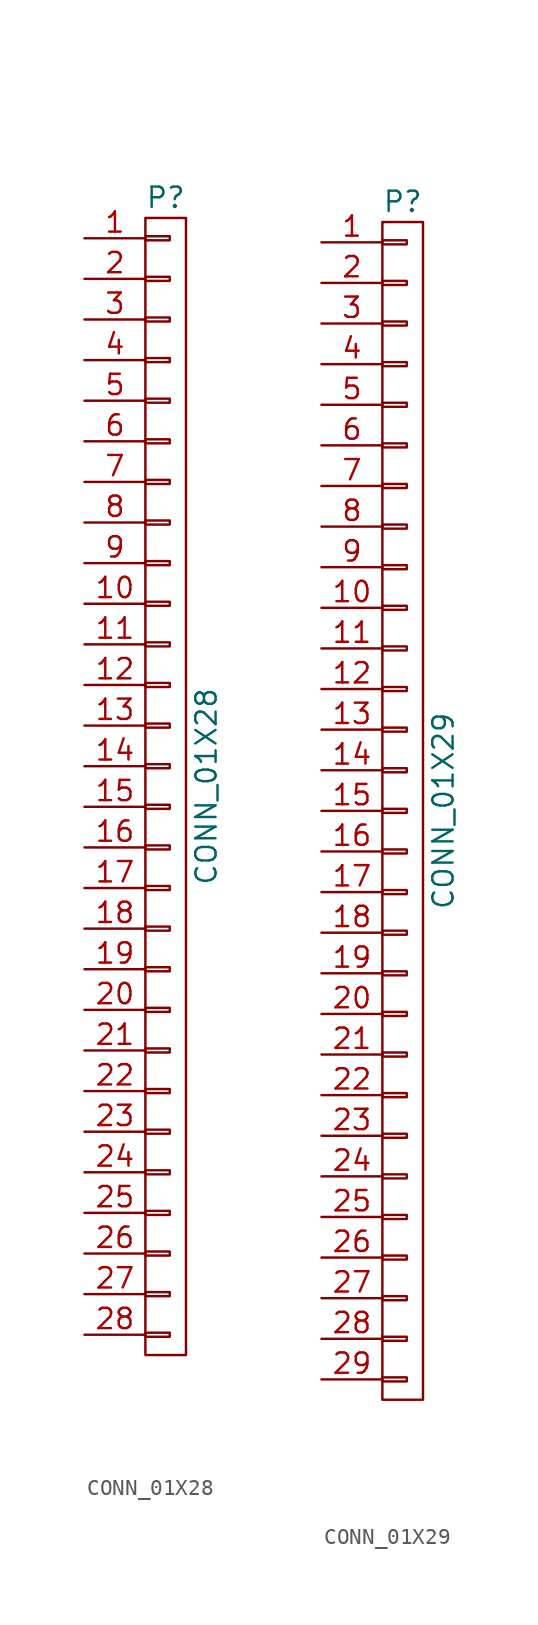
<source format=kicad_sym>
(kicad_symbol_lib
  (version 20231120)
  (generator "kicad_symbol_editor")
  (generator_version "8.0")
  (symbol "CONN_01X28"
    (pin_names
      (offset 1.016) hide)
    (property "Reference" "P"
      (at 0 36.83 0)
      (effects (font (size 1.27 1.27))))
    (property "Value" "CONN_01X28"
      (at 2.54 0 90)
      (effects (font (size 1.27 1.27))))
    (property "Footprint" ""
      (at 0 0 0)
      (effects (font (size 1.27 1.27))))
    (property "Datasheet" ""
      (at 0 0 0)
      (effects (font (size 1.27 1.27))))
    (symbol "CONN_01X28_0_1"
      (rectangle (start -1.27 -35.56) (end 1.27 35.56) (stroke (width 0) (type solid)) (fill (type none)))
      (rectangle (start -1.27 -34.163) (end 0.254 -34.417) (stroke (width 0) (type solid)) (fill (type none)))
      (rectangle (start -1.27 -31.623) (end 0.254 -31.877) (stroke (width 0) (type solid)) (fill (type none)))
      (rectangle (start -1.27 -29.083) (end 0.254 -29.337) (stroke (width 0) (type solid)) (fill (type none)))
      (rectangle (start -1.27 -26.543) (end 0.254 -26.797) (stroke (width 0) (type solid)) (fill (type none)))
      (rectangle (start -1.27 -24.003) (end 0.254 -24.257) (stroke (width 0) (type solid)) (fill (type none)))
      (rectangle (start -1.27 -21.463) (end 0.254 -21.717) (stroke (width 0) (type solid)) (fill (type none)))
      (rectangle (start -1.27 -18.923) (end 0.254 -19.177) (stroke (width 0) (type solid)) (fill (type none)))
      (rectangle (start -1.27 -16.383) (end 0.254 -16.637) (stroke (width 0) (type solid)) (fill (type none)))
      (rectangle (start -1.27 -13.843) (end 0.254 -14.097) (stroke (width 0) (type solid)) (fill (type none)))
      (rectangle (start -1.27 -11.303) (end 0.254 -11.557) (stroke (width 0) (type solid)) (fill (type none)))
      (rectangle (start -1.27 -8.763) (end 0.254 -9.017) (stroke (width 0) (type solid)) (fill (type none)))
      (rectangle (start -1.27 -6.223) (end 0.254 -6.477) (stroke (width 0) (type solid)) (fill (type none)))
      (rectangle (start -1.27 -3.683) (end 0.254 -3.937) (stroke (width 0) (type solid)) (fill (type none)))
      (rectangle (start -1.27 -1.143) (end 0.254 -1.397) (stroke (width 0) (type solid)) (fill (type none)))
      (rectangle (start -1.27 1.397) (end 0.254 1.143) (stroke (width 0) (type solid)) (fill (type none)))
      (rectangle (start -1.27 3.937) (end 0.254 3.683) (stroke (width 0) (type solid)) (fill (type none)))
      (rectangle (start -1.27 6.477) (end 0.254 6.223) (stroke (width 0) (type solid)) (fill (type none)))
      (rectangle (start -1.27 9.017) (end 0.254 8.763) (stroke (width 0) (type solid)) (fill (type none)))
      (rectangle (start -1.27 11.557) (end 0.254 11.303) (stroke (width 0) (type solid)) (fill (type none)))
      (rectangle (start -1.27 14.097) (end 0.254 13.843) (stroke (width 0) (type solid)) (fill (type none)))
      (rectangle (start -1.27 16.637) (end 0.254 16.383) (stroke (width 0) (type solid)) (fill (type none)))
      (rectangle (start -1.27 19.177) (end 0.254 18.923) (stroke (width 0) (type solid)) (fill (type none)))
      (rectangle (start -1.27 21.717) (end 0.254 21.463) (stroke (width 0) (type solid)) (fill (type none)))
      (rectangle (start -1.27 24.257) (end 0.254 24.003) (stroke (width 0) (type solid)) (fill (type none)))
      (rectangle (start -1.27 26.797) (end 0.254 26.543) (stroke (width 0) (type solid)) (fill (type none)))
      (rectangle (start -1.27 29.337) (end 0.254 29.083) (stroke (width 0) (type solid)) (fill (type none)))
      (rectangle (start -1.27 31.877) (end 0.254 31.623) (stroke (width 0) (type solid)) (fill (type none)))
      (rectangle (start -1.27 34.417) (end 0.254 34.163) (stroke (width 0) (type solid)) (fill (type none))))
    (symbol "CONN_01X28_1_1"
      (pin passive line (at -5.08 34.29 0) (length 3.81) (name "P1" (effects (font (size 1.27 1.27)))) (number "1" (effects (font (size 1.27 1.27)))))
      (pin passive line (at -5.08 11.43 0) (length 3.81) (name "P10" (effects (font (size 1.27 1.27)))) (number "10" (effects (font (size 1.27 1.27)))))
      (pin passive line (at -5.08 8.89 0) (length 3.81) (name "P11" (effects (font (size 1.27 1.27)))) (number "11" (effects (font (size 1.27 1.27)))))
      (pin passive line (at -5.08 6.35 0) (length 3.81) (name "P12" (effects (font (size 1.27 1.27)))) (number "12" (effects (font (size 1.27 1.27)))))
      (pin passive line (at -5.08 3.81 0) (length 3.81) (name "P13" (effects (font (size 1.27 1.27)))) (number "13" (effects (font (size 1.27 1.27)))))
      (pin passive line (at -5.08 1.27 0) (length 3.81) (name "P14" (effects (font (size 1.27 1.27)))) (number "14" (effects (font (size 1.27 1.27)))))
      (pin passive line (at -5.08 -1.27 0) (length 3.81) (name "P15" (effects (font (size 1.27 1.27)))) (number "15" (effects (font (size 1.27 1.27)))))
      (pin passive line (at -5.08 -3.81 0) (length 3.81) (name "P16" (effects (font (size 1.27 1.27)))) (number "16" (effects (font (size 1.27 1.27)))))
      (pin passive line (at -5.08 -6.35 0) (length 3.81) (name "P17" (effects (font (size 1.27 1.27)))) (number "17" (effects (font (size 1.27 1.27)))))
      (pin passive line (at -5.08 -8.89 0) (length 3.81) (name "P18" (effects (font (size 1.27 1.27)))) (number "18" (effects (font (size 1.27 1.27)))))
      (pin passive line (at -5.08 -11.43 0) (length 3.81) (name "P19" (effects (font (size 1.27 1.27)))) (number "19" (effects (font (size 1.27 1.27)))))
      (pin passive line (at -5.08 31.75 0) (length 3.81) (name "P2" (effects (font (size 1.27 1.27)))) (number "2" (effects (font (size 1.27 1.27)))))
      (pin passive line (at -5.08 -13.97 0) (length 3.81) (name "P20" (effects (font (size 1.27 1.27)))) (number "20" (effects (font (size 1.27 1.27)))))
      (pin passive line (at -5.08 -16.51 0) (length 3.81) (name "P21" (effects (font (size 1.27 1.27)))) (number "21" (effects (font (size 1.27 1.27)))))
      (pin passive line (at -5.08 -19.05 0) (length 3.81) (name "P22" (effects (font (size 1.27 1.27)))) (number "22" (effects (font (size 1.27 1.27)))))
      (pin passive line (at -5.08 -21.59 0) (length 3.81) (name "P23" (effects (font (size 1.27 1.27)))) (number "23" (effects (font (size 1.27 1.27)))))
      (pin passive line (at -5.08 -24.13 0) (length 3.81) (name "P24" (effects (font (size 1.27 1.27)))) (number "24" (effects (font (size 1.27 1.27)))))
      (pin passive line (at -5.08 -26.67 0) (length 3.81) (name "P25" (effects (font (size 1.27 1.27)))) (number "25" (effects (font (size 1.27 1.27)))))
      (pin passive line (at -5.08 -29.21 0) (length 3.81) (name "P26" (effects (font (size 1.27 1.27)))) (number "26" (effects (font (size 1.27 1.27)))))
      (pin passive line (at -5.08 -31.75 0) (length 3.81) (name "P27" (effects (font (size 1.27 1.27)))) (number "27" (effects (font (size 1.27 1.27)))))
      (pin passive line (at -5.08 -34.29 0) (length 3.81) (name "P28" (effects (font (size 1.27 1.27)))) (number "28" (effects (font (size 1.27 1.27)))))
      (pin passive line (at -5.08 29.21 0) (length 3.81) (name "P3" (effects (font (size 1.27 1.27)))) (number "3" (effects (font (size 1.27 1.27)))))
      (pin passive line (at -5.08 26.67 0) (length 3.81) (name "P4" (effects (font (size 1.27 1.27)))) (number "4" (effects (font (size 1.27 1.27)))))
      (pin passive line (at -5.08 24.13 0) (length 3.81) (name "P5" (effects (font (size 1.27 1.27)))) (number "5" (effects (font (size 1.27 1.27)))))
      (pin passive line (at -5.08 21.59 0) (length 3.81) (name "P6" (effects (font (size 1.27 1.27)))) (number "6" (effects (font (size 1.27 1.27)))))
      (pin passive line (at -5.08 19.05 0) (length 3.81) (name "P7" (effects (font (size 1.27 1.27)))) (number "7" (effects (font (size 1.27 1.27)))))
      (pin passive line (at -5.08 16.51 0) (length 3.81) (name "P8" (effects (font (size 1.27 1.27)))) (number "8" (effects (font (size 1.27 1.27)))))
      (pin passive line (at -5.08 13.97 0) (length 3.81) (name "P9" (effects (font (size 1.27 1.27)))) (number "9" (effects (font (size 1.27 1.27)))))))
  (symbol "CONN_01X29"
    (pin_names
      (offset 1.016) hide)
    (property "Reference" "P"
      (at 0 38.1 0)
      (effects (font (size 1.27 1.27))))
    (property "Value" "CONN_01X29"
      (at 2.54 0 90)
      (effects (font (size 1.27 1.27))))
    (property "Footprint" ""
      (at 0 0 0)
      (effects (font (size 1.27 1.27))))
    (property "Datasheet" ""
      (at 0 0 0)
      (effects (font (size 1.27 1.27))))
    (symbol "CONN_01X29_0_1"
      (rectangle (start -1.27 -36.83) (end 1.27 36.83) (stroke (width 0) (type solid)) (fill (type none)))
      (rectangle (start -1.27 -35.433) (end 0.254 -35.687) (stroke (width 0) (type solid)) (fill (type none)))
      (rectangle (start -1.27 -32.893) (end 0.254 -33.147) (stroke (width 0) (type solid)) (fill (type none)))
      (rectangle (start -1.27 -30.353) (end 0.254 -30.607) (stroke (width 0) (type solid)) (fill (type none)))
      (rectangle (start -1.27 -27.813) (end 0.254 -28.067) (stroke (width 0) (type solid)) (fill (type none)))
      (rectangle (start -1.27 -25.273) (end 0.254 -25.527) (stroke (width 0) (type solid)) (fill (type none)))
      (rectangle (start -1.27 -22.733) (end 0.254 -22.987) (stroke (width 0) (type solid)) (fill (type none)))
      (rectangle (start -1.27 -20.193) (end 0.254 -20.447) (stroke (width 0) (type solid)) (fill (type none)))
      (rectangle (start -1.27 -17.653) (end 0.254 -17.907) (stroke (width 0) (type solid)) (fill (type none)))
      (rectangle (start -1.27 -15.113) (end 0.254 -15.367) (stroke (width 0) (type solid)) (fill (type none)))
      (rectangle (start -1.27 -12.573) (end 0.254 -12.827) (stroke (width 0) (type solid)) (fill (type none)))
      (rectangle (start -1.27 -10.033) (end 0.254 -10.287) (stroke (width 0) (type solid)) (fill (type none)))
      (rectangle (start -1.27 -7.493) (end 0.254 -7.747) (stroke (width 0) (type solid)) (fill (type none)))
      (rectangle (start -1.27 -4.953) (end 0.254 -5.207) (stroke (width 0) (type solid)) (fill (type none)))
      (rectangle (start -1.27 -2.413) (end 0.254 -2.667) (stroke (width 0) (type solid)) (fill (type none)))
      (rectangle (start -1.27 0.127) (end 0.254 -0.127) (stroke (width 0) (type solid)) (fill (type none)))
      (rectangle (start -1.27 2.667) (end 0.254 2.413) (stroke (width 0) (type solid)) (fill (type none)))
      (rectangle (start -1.27 5.207) (end 0.254 4.953) (stroke (width 0) (type solid)) (fill (type none)))
      (rectangle (start -1.27 7.747) (end 0.254 7.493) (stroke (width 0) (type solid)) (fill (type none)))
      (rectangle (start -1.27 10.287) (end 0.254 10.033) (stroke (width 0) (type solid)) (fill (type none)))
      (rectangle (start -1.27 12.827) (end 0.254 12.573) (stroke (width 0) (type solid)) (fill (type none)))
      (rectangle (start -1.27 15.367) (end 0.254 15.113) (stroke (width 0) (type solid)) (fill (type none)))
      (rectangle (start -1.27 17.907) (end 0.254 17.653) (stroke (width 0) (type solid)) (fill (type none)))
      (rectangle (start -1.27 20.447) (end 0.254 20.193) (stroke (width 0) (type solid)) (fill (type none)))
      (rectangle (start -1.27 22.987) (end 0.254 22.733) (stroke (width 0) (type solid)) (fill (type none)))
      (rectangle (start -1.27 25.527) (end 0.254 25.273) (stroke (width 0) (type solid)) (fill (type none)))
      (rectangle (start -1.27 28.067) (end 0.254 27.813) (stroke (width 0) (type solid)) (fill (type none)))
      (rectangle (start -1.27 30.607) (end 0.254 30.353) (stroke (width 0) (type solid)) (fill (type none)))
      (rectangle (start -1.27 33.147) (end 0.254 32.893) (stroke (width 0) (type solid)) (fill (type none)))
      (rectangle (start -1.27 35.687) (end 0.254 35.433) (stroke (width 0) (type solid)) (fill (type none))))
    (symbol "CONN_01X29_1_1"
      (pin passive line (at -5.08 35.56 0) (length 3.81) (name "P1" (effects (font (size 1.27 1.27)))) (number "1" (effects (font (size 1.27 1.27)))))
      (pin passive line (at -5.08 12.7 0) (length 3.81) (name "P10" (effects (font (size 1.27 1.27)))) (number "10" (effects (font (size 1.27 1.27)))))
      (pin passive line (at -5.08 10.16 0) (length 3.81) (name "P11" (effects (font (size 1.27 1.27)))) (number "11" (effects (font (size 1.27 1.27)))))
      (pin passive line (at -5.08 7.62 0) (length 3.81) (name "P12" (effects (font (size 1.27 1.27)))) (number "12" (effects (font (size 1.27 1.27)))))
      (pin passive line (at -5.08 5.08 0) (length 3.81) (name "P13" (effects (font (size 1.27 1.27)))) (number "13" (effects (font (size 1.27 1.27)))))
      (pin passive line (at -5.08 2.54 0) (length 3.81) (name "P14" (effects (font (size 1.27 1.27)))) (number "14" (effects (font (size 1.27 1.27)))))
      (pin passive line (at -5.08 0 0) (length 3.81) (name "P15" (effects (font (size 1.27 1.27)))) (number "15" (effects (font (size 1.27 1.27)))))
      (pin passive line (at -5.08 -2.54 0) (length 3.81) (name "P16" (effects (font (size 1.27 1.27)))) (number "16" (effects (font (size 1.27 1.27)))))
      (pin passive line (at -5.08 -5.08 0) (length 3.81) (name "P17" (effects (font (size 1.27 1.27)))) (number "17" (effects (font (size 1.27 1.27)))))
      (pin passive line (at -5.08 -7.62 0) (length 3.81) (name "P18" (effects (font (size 1.27 1.27)))) (number "18" (effects (font (size 1.27 1.27)))))
      (pin passive line (at -5.08 -10.16 0) (length 3.81) (name "P19" (effects (font (size 1.27 1.27)))) (number "19" (effects (font (size 1.27 1.27)))))
      (pin passive line (at -5.08 33.02 0) (length 3.81) (name "P2" (effects (font (size 1.27 1.27)))) (number "2" (effects (font (size 1.27 1.27)))))
      (pin passive line (at -5.08 -12.7 0) (length 3.81) (name "P20" (effects (font (size 1.27 1.27)))) (number "20" (effects (font (size 1.27 1.27)))))
      (pin passive line (at -5.08 -15.24 0) (length 3.81) (name "P21" (effects (font (size 1.27 1.27)))) (number "21" (effects (font (size 1.27 1.27)))))
      (pin passive line (at -5.08 -17.78 0) (length 3.81) (name "P22" (effects (font (size 1.27 1.27)))) (number "22" (effects (font (size 1.27 1.27)))))
      (pin passive line (at -5.08 -20.32 0) (length 3.81) (name "P23" (effects (font (size 1.27 1.27)))) (number "23" (effects (font (size 1.27 1.27)))))
      (pin passive line (at -5.08 -22.86 0) (length 3.81) (name "P24" (effects (font (size 1.27 1.27)))) (number "24" (effects (font (size 1.27 1.27)))))
      (pin passive line (at -5.08 -25.4 0) (length 3.81) (name "P25" (effects (font (size 1.27 1.27)))) (number "25" (effects (font (size 1.27 1.27)))))
      (pin passive line (at -5.08 -27.94 0) (length 3.81) (name "P26" (effects (font (size 1.27 1.27)))) (number "26" (effects (font (size 1.27 1.27)))))
      (pin passive line (at -5.08 -30.48 0) (length 3.81) (name "P27" (effects (font (size 1.27 1.27)))) (number "27" (effects (font (size 1.27 1.27)))))
      (pin passive line (at -5.08 -33.02 0) (length 3.81) (name "P28" (effects (font (size 1.27 1.27)))) (number "28" (effects (font (size 1.27 1.27)))))
      (pin passive line (at -5.08 -35.56 0) (length 3.81) (name "P29" (effects (font (size 1.27 1.27)))) (number "29" (effects (font (size 1.27 1.27)))))
      (pin passive line (at -5.08 30.48 0) (length 3.81) (name "P3" (effects (font (size 1.27 1.27)))) (number "3" (effects (font (size 1.27 1.27)))))
      (pin passive line (at -5.08 27.94 0) (length 3.81) (name "P4" (effects (font (size 1.27 1.27)))) (number "4" (effects (font (size 1.27 1.27)))))
      (pin passive line (at -5.08 25.4 0) (length 3.81) (name "P5" (effects (font (size 1.27 1.27)))) (number "5" (effects (font (size 1.27 1.27)))))
      (pin passive line (at -5.08 22.86 0) (length 3.81) (name "P6" (effects (font (size 1.27 1.27)))) (number "6" (effects (font (size 1.27 1.27)))))
      (pin passive line (at -5.08 20.32 0) (length 3.81) (name "P7" (effects (font (size 1.27 1.27)))) (number "7" (effects (font (size 1.27 1.27)))))
      (pin passive line (at -5.08 17.78 0) (length 3.81) (name "P8" (effects (font (size 1.27 1.27)))) (number "8" (effects (font (size 1.27 1.27)))))
      (pin passive line (at -5.08 15.24 0) (length 3.81) (name "P9" (effects (font (size 1.27 1.27)))) (number "9" (effects (font (size 1.27 1.27))))))))
</source>
